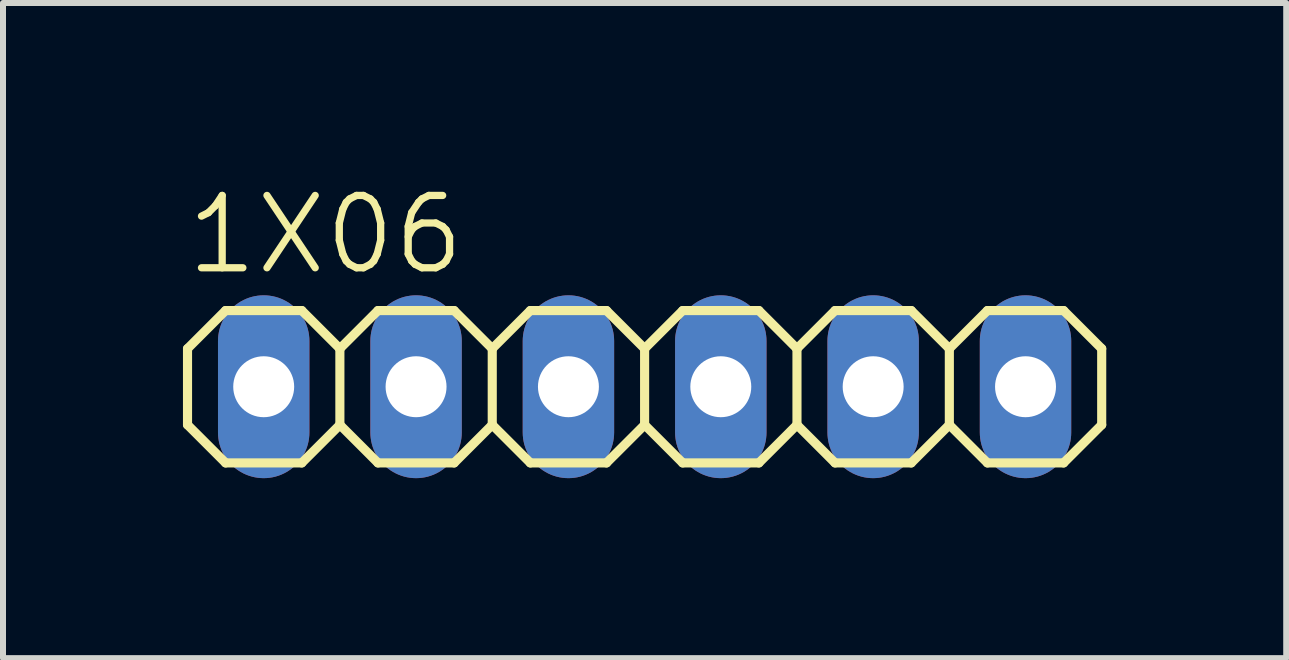
<source format=kicad_pcb>
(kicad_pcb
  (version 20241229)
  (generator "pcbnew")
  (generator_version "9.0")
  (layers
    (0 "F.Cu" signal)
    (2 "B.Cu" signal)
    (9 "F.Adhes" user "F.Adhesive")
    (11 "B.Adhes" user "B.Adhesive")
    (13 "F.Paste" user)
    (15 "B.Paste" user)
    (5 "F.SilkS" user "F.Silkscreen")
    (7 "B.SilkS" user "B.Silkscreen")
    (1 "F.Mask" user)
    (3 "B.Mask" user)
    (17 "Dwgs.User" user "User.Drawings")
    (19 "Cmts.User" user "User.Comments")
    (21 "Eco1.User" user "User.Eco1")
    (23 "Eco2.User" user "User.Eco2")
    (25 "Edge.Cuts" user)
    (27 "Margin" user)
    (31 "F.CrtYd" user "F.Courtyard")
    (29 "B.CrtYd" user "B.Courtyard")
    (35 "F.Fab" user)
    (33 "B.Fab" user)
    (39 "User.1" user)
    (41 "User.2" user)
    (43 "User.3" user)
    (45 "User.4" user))
  (footprint "1X06"
    (layer "F.Cu")
    (at 5.156 3.397)
    (property "Reference" "1X06" (at -5.156 -1.829 0) (layer "F.SilkS") (effects (font (size 1.206 1.206) (thickness 0.121)) (justify left bottom)))
    (attr through_hole)
    (fp_line (start -5.08 -0.635) (end -5.08 0.635) (stroke (width 0.152) (type solid)) (layer "F.SilkS"))
    (fp_line (start -5.08 0.635) (end -4.445 1.27) (stroke (width 0.152) (type solid)) (layer "F.SilkS"))
    (fp_line (start -4.445 -1.27) (end -5.08 -0.635) (stroke (width 0.152) (type solid)) (layer "F.SilkS"))
    (fp_line (start -4.445 -1.27) (end -3.175 -1.27) (stroke (width 0.152) (type solid)) (layer "F.SilkS"))
    (fp_line (start -3.175 -1.27) (end -2.54 -0.635) (stroke (width 0.152) (type solid)) (layer "F.SilkS"))
    (fp_line (start -3.175 1.27) (end -4.445 1.27) (stroke (width 0.152) (type solid)) (layer "F.SilkS"))
    (fp_line (start -2.54 -0.635) (end -2.54 0.635) (stroke (width 0.152) (type solid)) (layer "F.SilkS"))
    (fp_line (start -2.54 -0.635) (end -1.905 -1.27) (stroke (width 0.152) (type solid)) (layer "F.SilkS"))
    (fp_line (start -2.54 0.635) (end -3.175 1.27) (stroke (width 0.152) (type solid)) (layer "F.SilkS"))
    (fp_line (start -1.905 -1.27) (end -0.635 -1.27) (stroke (width 0.152) (type solid)) (layer "F.SilkS"))
    (fp_line (start -1.905 1.27) (end -2.54 0.635) (stroke (width 0.152) (type solid)) (layer "F.SilkS"))
    (fp_line (start -0.635 -1.27) (end 0 -0.635) (stroke (width 0.152) (type solid)) (layer "F.SilkS"))
    (fp_line (start -0.635 1.27) (end -1.905 1.27) (stroke (width 0.152) (type solid)) (layer "F.SilkS"))
    (fp_line (start 0 -0.635) (end 0 0.635) (stroke (width 0.152) (type solid)) (layer "F.SilkS"))
    (fp_line (start 0 -0.635) (end 0.635 -1.27) (stroke (width 0.152) (type solid)) (layer "F.SilkS"))
    (fp_line (start 0 0.635) (end -0.635 1.27) (stroke (width 0.152) (type solid)) (layer "F.SilkS"))
    (fp_line (start 0.635 -1.27) (end 1.905 -1.27) (stroke (width 0.152) (type solid)) (layer "F.SilkS"))
    (fp_line (start 0.635 1.27) (end 0 0.635) (stroke (width 0.152) (type solid)) (layer "F.SilkS"))
    (fp_line (start 1.905 -1.27) (end 2.54 -0.635) (stroke (width 0.152) (type solid)) (layer "F.SilkS"))
    (fp_line (start 1.905 1.27) (end 0.635 1.27) (stroke (width 0.152) (type solid)) (layer "F.SilkS"))
    (fp_line (start 2.54 -0.635) (end 2.54 0.635) (stroke (width 0.152) (type solid)) (layer "F.SilkS"))
    (fp_line (start 2.54 0.635) (end 1.905 1.27) (stroke (width 0.152) (type solid)) (layer "F.SilkS"))
    (fp_line (start 2.54 0.635) (end 3.175 1.27) (stroke (width 0.152) (type solid)) (layer "F.SilkS"))
    (fp_line (start 3.175 -1.27) (end 2.54 -0.635) (stroke (width 0.152) (type solid)) (layer "F.SilkS"))
    (fp_line (start 3.175 -1.27) (end 4.445 -1.27) (stroke (width 0.152) (type solid)) (layer "F.SilkS"))
    (fp_line (start 4.445 -1.27) (end 5.08 -0.635) (stroke (width 0.152) (type solid)) (layer "F.SilkS"))
    (fp_line (start 4.445 1.27) (end 3.175 1.27) (stroke (width 0.152) (type solid)) (layer "F.SilkS"))
    (fp_line (start 5.08 -0.635) (end 5.08 0.635) (stroke (width 0.152) (type solid)) (layer "F.SilkS"))
    (fp_line (start 5.08 -0.635) (end 5.715 -1.27) (stroke (width 0.152) (type solid)) (layer "F.SilkS"))
    (fp_line (start 5.08 0.635) (end 4.445 1.27) (stroke (width 0.152) (type solid)) (layer "F.SilkS"))
    (fp_line (start 5.715 -1.27) (end 6.985 -1.27) (stroke (width 0.152) (type solid)) (layer "F.SilkS"))
    (fp_line (start 5.715 1.27) (end 5.08 0.635) (stroke (width 0.152) (type solid)) (layer "F.SilkS"))
    (fp_line (start 6.985 -1.27) (end 7.62 -0.635) (stroke (width 0.152) (type solid)) (layer "F.SilkS"))
    (fp_line (start 6.985 1.27) (end 5.715 1.27) (stroke (width 0.152) (type solid)) (layer "F.SilkS"))
    (fp_line (start 7.62 -0.635) (end 7.62 0.635) (stroke (width 0.152) (type solid)) (layer "F.SilkS"))
    (fp_line (start 7.62 0.635) (end 6.985 1.27) (stroke (width 0.152) (type solid)) (layer "F.SilkS"))
    (fp_line (start 7.62 0.635) (end 8.255 1.27) (stroke (width 0.152) (type solid)) (layer "F.SilkS"))
    (fp_line (start 8.255 -1.27) (end 7.62 -0.635) (stroke (width 0.152) (type solid)) (layer "F.SilkS"))
    (fp_line (start 8.255 -1.27) (end 9.525 -1.27) (stroke (width 0.152) (type solid)) (layer "F.SilkS"))
    (fp_line (start 9.525 -1.27) (end 10.16 -0.635) (stroke (width 0.152) (type solid)) (layer "F.SilkS"))
    (fp_line (start 9.525 1.27) (end 8.255 1.27) (stroke (width 0.152) (type solid)) (layer "F.SilkS"))
    (fp_line (start 10.16 -0.635) (end 10.16 0.635) (stroke (width 0.152) (type solid)) (layer "F.SilkS"))
    (fp_line (start 10.16 0.635) (end 9.525 1.27) (stroke (width 0.152) (type solid)) (layer "F.SilkS"))
    (fp_poly (pts (xy -4.064 0.254) (xy -3.556 0.254) (xy -3.556 -0.254) (xy -4.064 -0.254)) (stroke (width 0.1) (type solid)) (fill no) (layer "F.Fab"))
    (fp_poly (pts (xy -1.524 0.254) (xy -1.016 0.254) (xy -1.016 -0.254) (xy -1.524 -0.254)) (stroke (width 0.1) (type solid)) (fill no) (layer "F.Fab"))
    (fp_poly (pts (xy 1.016 0.254) (xy 1.524 0.254) (xy 1.524 -0.254) (xy 1.016 -0.254)) (stroke (width 0.1) (type solid)) (fill no) (layer "F.Fab"))
    (fp_poly (pts (xy 3.556 0.254) (xy 4.064 0.254) (xy 4.064 -0.254) (xy 3.556 -0.254)) (stroke (width 0.1) (type solid)) (fill no) (layer "F.Fab"))
    (fp_poly (pts (xy 6.096 0.254) (xy 6.604 0.254) (xy 6.604 -0.254) (xy 6.096 -0.254)) (stroke (width 0.1) (type solid)) (fill no) (layer "F.Fab"))
    (fp_poly (pts (xy 8.636 0.254) (xy 9.144 0.254) (xy 9.144 -0.254) (xy 8.636 -0.254)) (stroke (width 0.1) (type solid)) (fill no) (layer "F.Fab"))
    (pad "1" thru_hole oval (at -3.81 0 90) (size 3.048 1.524) (drill 1.016) (layers "*.Cu" "*.Mask"))
    (pad "2" thru_hole oval (at -1.27 0 90) (size 3.048 1.524) (drill 1.016) (layers "*.Cu" "*.Mask"))
    (pad "3" thru_hole oval (at 1.27 0 90) (size 3.048 1.524) (drill 1.016) (layers "*.Cu" "*.Mask"))
    (pad "4" thru_hole oval (at 3.81 0 90) (size 3.048 1.524) (drill 1.016) (layers "*.Cu" "*.Mask"))
    (pad "5" thru_hole oval (at 6.35 0 90) (size 3.048 1.524) (drill 1.016) (layers "*.Cu" "*.Mask"))
    (pad "6" thru_hole oval (at 8.89 0 90) (size 3.048 1.524) (drill 1.016) (layers "*.Cu" "*.Mask")))
  (gr_rect
    (start -3 -3)
    (end 18.392 7.921)
    (stroke (width 0.1) (type default))
    (fill no)
    (layer "Edge.Cuts")))
</source>
